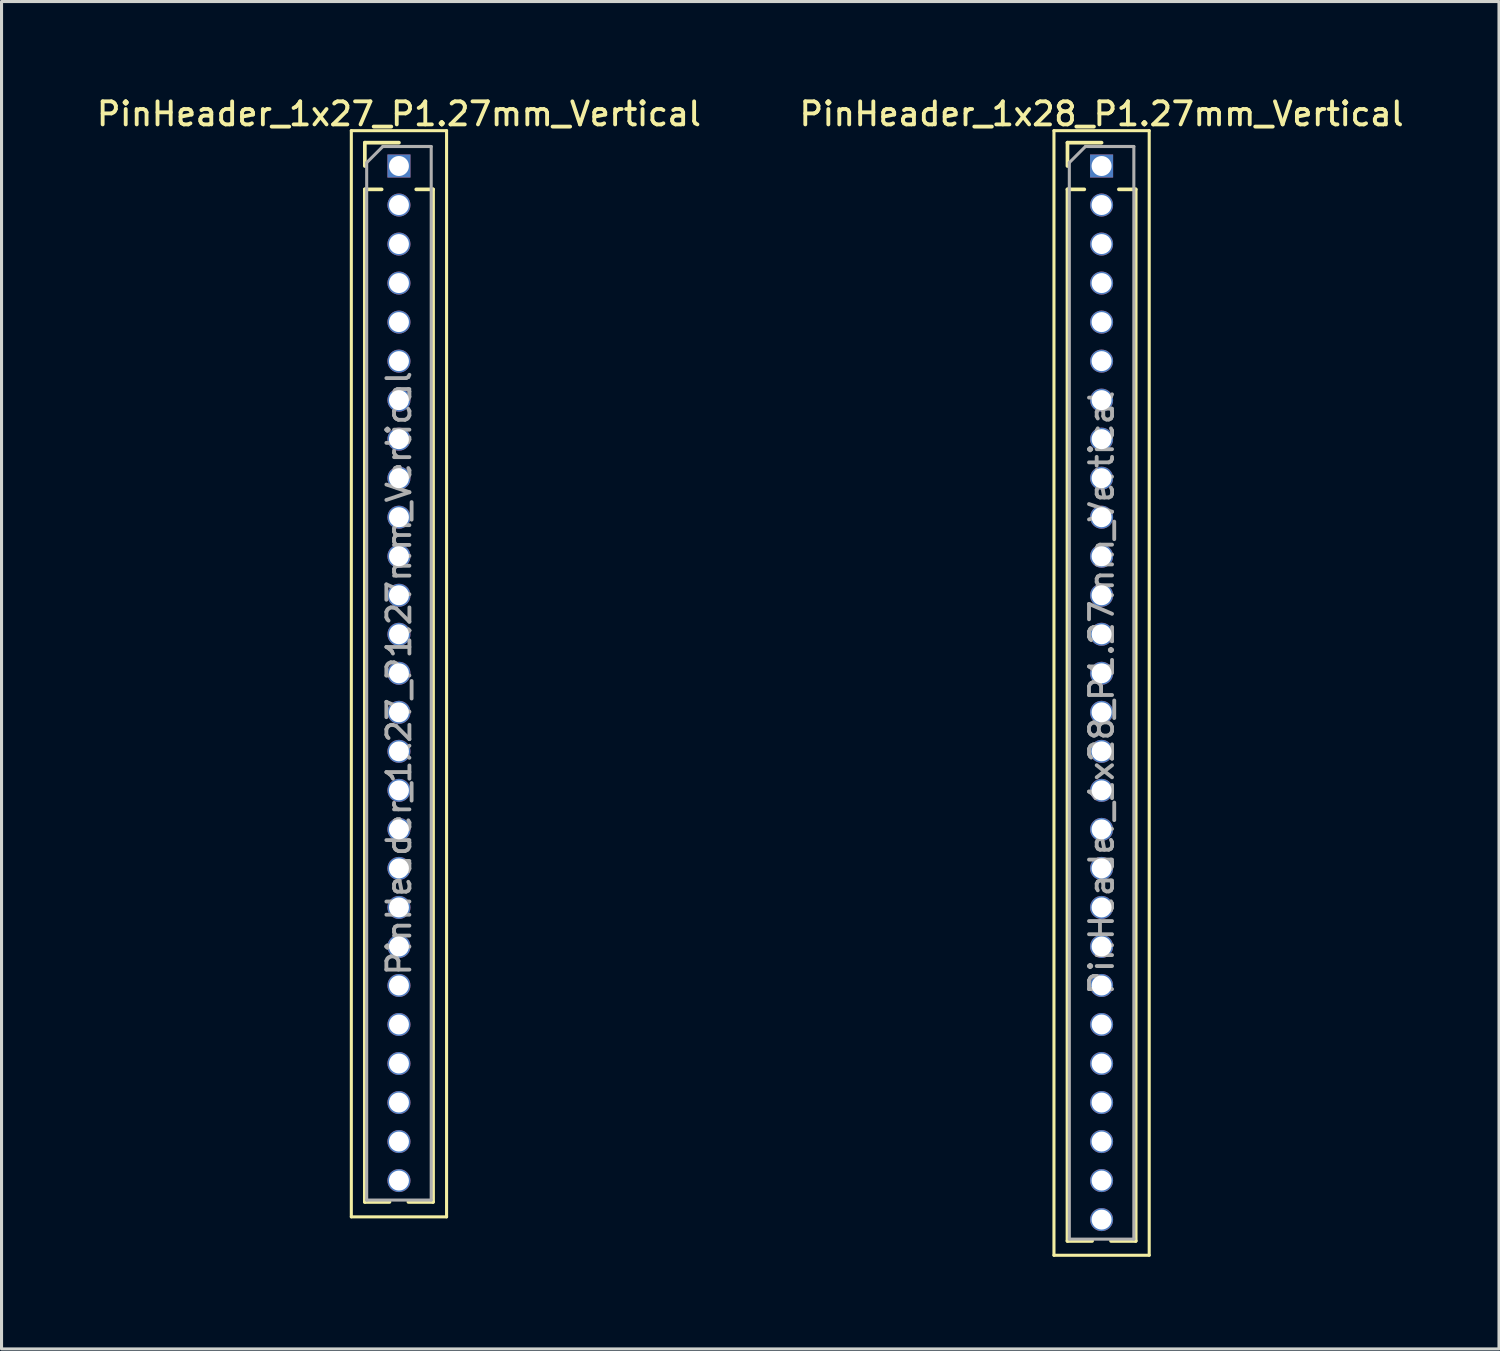
<source format=kicad_pcb>
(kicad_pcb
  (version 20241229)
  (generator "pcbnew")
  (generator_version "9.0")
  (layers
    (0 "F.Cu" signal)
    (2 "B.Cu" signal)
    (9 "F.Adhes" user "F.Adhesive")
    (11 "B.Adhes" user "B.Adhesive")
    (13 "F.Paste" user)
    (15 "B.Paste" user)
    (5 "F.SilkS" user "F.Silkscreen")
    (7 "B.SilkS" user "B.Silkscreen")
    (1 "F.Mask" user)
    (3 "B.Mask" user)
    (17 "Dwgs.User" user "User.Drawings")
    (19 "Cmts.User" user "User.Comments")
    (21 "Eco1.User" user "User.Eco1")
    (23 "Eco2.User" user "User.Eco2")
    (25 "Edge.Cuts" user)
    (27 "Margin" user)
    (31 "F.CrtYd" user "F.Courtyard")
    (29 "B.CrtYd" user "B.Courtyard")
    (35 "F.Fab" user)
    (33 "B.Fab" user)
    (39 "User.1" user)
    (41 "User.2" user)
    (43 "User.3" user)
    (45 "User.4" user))
  (footprint "PinHeader_1x28_P1.27mm_Vertical"
    (layer "F.Cu")
    (at 32.802 2.353)
    (property "Reference" "PinHeader_1x28_P1.27mm_Vertical" (at 0 -1.695 0) (layer "F.SilkS") (effects (font (size 0.75 0.75) (thickness 0.125))))
    (attr through_hole)
    (fp_line (start -1.55 -1.15) (end -1.55 35.45) (stroke (width 0.1) (type solid)) (layer "F.SilkS"))
    (fp_line (start -1.55 35.45) (end 1.55 35.45) (stroke (width 0.1) (type solid)) (layer "F.SilkS"))
    (fp_line (start -1.11 -0.76) (end 0 -0.76) (stroke (width 0.12) (type solid)) (layer "F.SilkS"))
    (fp_line (start -1.11 0) (end -1.11 -0.76) (stroke (width 0.12) (type solid)) (layer "F.SilkS"))
    (fp_line (start -1.11 0.76) (end -1.11 34.985) (stroke (width 0.12) (type solid)) (layer "F.SilkS"))
    (fp_line (start -1.11 0.76) (end -0.563 0.76) (stroke (width 0.12) (type solid)) (layer "F.SilkS"))
    (fp_line (start -1.11 34.985) (end -0.308 34.985) (stroke (width 0.12) (type solid)) (layer "F.SilkS"))
    (fp_line (start 0.308 34.985) (end 1.11 34.985) (stroke (width 0.12) (type solid)) (layer "F.SilkS"))
    (fp_line (start 0.563 0.76) (end 1.11 0.76) (stroke (width 0.12) (type solid)) (layer "F.SilkS"))
    (fp_line (start 1.11 0.76) (end 1.11 34.985) (stroke (width 0.12) (type solid)) (layer "F.SilkS"))
    (fp_line (start 1.55 -1.15) (end -1.55 -1.15) (stroke (width 0.1) (type solid)) (layer "F.SilkS"))
    (fp_line (start 1.55 35.45) (end 1.55 -1.15) (stroke (width 0.1) (type solid)) (layer "F.SilkS"))
    (fp_line (start -1.05 -0.11) (end -0.525 -0.635) (stroke (width 0.1) (type solid)) (layer "F.Fab"))
    (fp_line (start -1.05 34.925) (end -1.05 -0.11) (stroke (width 0.1) (type solid)) (layer "F.Fab"))
    (fp_line (start -0.525 -0.635) (end 1.05 -0.635) (stroke (width 0.1) (type solid)) (layer "F.Fab"))
    (fp_line (start 1.05 -0.635) (end 1.05 34.925) (stroke (width 0.1) (type solid)) (layer "F.Fab"))
    (fp_line (start 1.05 34.925) (end -1.05 34.925) (stroke (width 0.1) (type solid)) (layer "F.Fab"))
    (fp_text user "${REFERENCE}" (at 0 17.145 90) (layer "F.Fab") (effects (font (size 0.75 0.75) (thickness 0.125))))
    (pad "1" thru_hole rect (at 0 0) (size 0.75 0.75) (drill 0.65) (layers "*.Cu" "*.Mask"))
    (pad "2" thru_hole oval (at 0 1.27) (size 0.75 0.75) (drill 0.65) (layers "*.Cu" "*.Mask"))
    (pad "3" thru_hole oval (at 0 2.54) (size 0.75 0.75) (drill 0.65) (layers "*.Cu" "*.Mask"))
    (pad "4" thru_hole oval (at 0 3.81) (size 0.75 0.75) (drill 0.65) (layers "*.Cu" "*.Mask"))
    (pad "5" thru_hole oval (at 0 5.08) (size 0.75 0.75) (drill 0.65) (layers "*.Cu" "*.Mask"))
    (pad "6" thru_hole oval (at 0 6.35) (size 0.75 0.75) (drill 0.65) (layers "*.Cu" "*.Mask"))
    (pad "7" thru_hole oval (at 0 7.62) (size 0.75 0.75) (drill 0.65) (layers "*.Cu" "*.Mask"))
    (pad "8" thru_hole oval (at 0 8.89) (size 0.75 0.75) (drill 0.65) (layers "*.Cu" "*.Mask"))
    (pad "9" thru_hole oval (at 0 10.16) (size 0.75 0.75) (drill 0.65) (layers "*.Cu" "*.Mask"))
    (pad "10" thru_hole oval (at 0 11.43) (size 0.75 0.75) (drill 0.65) (layers "*.Cu" "*.Mask"))
    (pad "11" thru_hole oval (at 0 12.7) (size 0.75 0.75) (drill 0.65) (layers "*.Cu" "*.Mask"))
    (pad "12" thru_hole oval (at 0 13.97) (size 0.75 0.75) (drill 0.65) (layers "*.Cu" "*.Mask"))
    (pad "13" thru_hole oval (at 0 15.24) (size 0.75 0.75) (drill 0.65) (layers "*.Cu" "*.Mask"))
    (pad "14" thru_hole oval (at 0 16.51) (size 0.75 0.75) (drill 0.65) (layers "*.Cu" "*.Mask"))
    (pad "15" thru_hole oval (at 0 17.78) (size 0.75 0.75) (drill 0.65) (layers "*.Cu" "*.Mask"))
    (pad "16" thru_hole oval (at 0 19.05) (size 0.75 0.75) (drill 0.65) (layers "*.Cu" "*.Mask"))
    (pad "17" thru_hole oval (at 0 20.32) (size 0.75 0.75) (drill 0.65) (layers "*.Cu" "*.Mask"))
    (pad "18" thru_hole oval (at 0 21.59) (size 0.75 0.75) (drill 0.65) (layers "*.Cu" "*.Mask"))
    (pad "19" thru_hole oval (at 0 22.86) (size 0.75 0.75) (drill 0.65) (layers "*.Cu" "*.Mask"))
    (pad "20" thru_hole oval (at 0 24.13) (size 0.75 0.75) (drill 0.65) (layers "*.Cu" "*.Mask"))
    (pad "21" thru_hole oval (at 0 25.4) (size 0.75 0.75) (drill 0.65) (layers "*.Cu" "*.Mask"))
    (pad "22" thru_hole oval (at 0 26.67) (size 0.75 0.75) (drill 0.65) (layers "*.Cu" "*.Mask"))
    (pad "23" thru_hole oval (at 0 27.94) (size 0.75 0.75) (drill 0.65) (layers "*.Cu" "*.Mask"))
    (pad "24" thru_hole oval (at 0 29.21) (size 0.75 0.75) (drill 0.65) (layers "*.Cu" "*.Mask"))
    (pad "25" thru_hole oval (at 0 30.48) (size 0.75 0.75) (drill 0.65) (layers "*.Cu" "*.Mask"))
    (pad "26" thru_hole oval (at 0 31.75) (size 0.75 0.75) (drill 0.65) (layers "*.Cu" "*.Mask"))
    (pad "27" thru_hole oval (at 0 33.02) (size 0.75 0.75) (drill 0.65) (layers "*.Cu" "*.Mask"))
    (pad "28" thru_hole oval (at 0 34.29) (size 0.75 0.75) (drill 0.65) (layers "*.Cu" "*.Mask")))
  (footprint "PinHeader_1x27_P1.27mm_Vertical"
    (layer "F.Cu")
    (at 9.934 2.353)
    (property "Reference" "PinHeader_1x27_P1.27mm_Vertical" (at 0 -1.695 0) (layer "F.SilkS") (effects (font (size 0.75 0.75) (thickness 0.125))))
    (attr through_hole)
    (fp_line (start -1.55 -1.15) (end -1.55 34.2) (stroke (width 0.1) (type solid)) (layer "F.SilkS"))
    (fp_line (start -1.55 34.2) (end 1.55 34.2) (stroke (width 0.1) (type solid)) (layer "F.SilkS"))
    (fp_line (start -1.11 -0.76) (end 0 -0.76) (stroke (width 0.12) (type solid)) (layer "F.SilkS"))
    (fp_line (start -1.11 0) (end -1.11 -0.76) (stroke (width 0.12) (type solid)) (layer "F.SilkS"))
    (fp_line (start -1.11 0.76) (end -1.11 33.715) (stroke (width 0.12) (type solid)) (layer "F.SilkS"))
    (fp_line (start -1.11 0.76) (end -0.563 0.76) (stroke (width 0.12) (type solid)) (layer "F.SilkS"))
    (fp_line (start -1.11 33.715) (end -0.308 33.715) (stroke (width 0.12) (type solid)) (layer "F.SilkS"))
    (fp_line (start 0.308 33.715) (end 1.11 33.715) (stroke (width 0.12) (type solid)) (layer "F.SilkS"))
    (fp_line (start 0.563 0.76) (end 1.11 0.76) (stroke (width 0.12) (type solid)) (layer "F.SilkS"))
    (fp_line (start 1.11 0.76) (end 1.11 33.715) (stroke (width 0.12) (type solid)) (layer "F.SilkS"))
    (fp_line (start 1.55 -1.15) (end -1.55 -1.15) (stroke (width 0.1) (type solid)) (layer "F.SilkS"))
    (fp_line (start 1.55 34.2) (end 1.55 -1.15) (stroke (width 0.1) (type solid)) (layer "F.SilkS"))
    (fp_line (start -1.05 -0.11) (end -0.525 -0.635) (stroke (width 0.1) (type solid)) (layer "F.Fab"))
    (fp_line (start -1.05 33.655) (end -1.05 -0.11) (stroke (width 0.1) (type solid)) (layer "F.Fab"))
    (fp_line (start -0.525 -0.635) (end 1.05 -0.635) (stroke (width 0.1) (type solid)) (layer "F.Fab"))
    (fp_line (start 1.05 -0.635) (end 1.05 33.655) (stroke (width 0.1) (type solid)) (layer "F.Fab"))
    (fp_line (start 1.05 33.655) (end -1.05 33.655) (stroke (width 0.1) (type solid)) (layer "F.Fab"))
    (fp_text user "${REFERENCE}" (at 0 16.51 90) (layer "F.Fab") (effects (font (size 0.75 0.75) (thickness 0.125))))
    (pad "1" thru_hole rect (at 0 0) (size 0.75 0.75) (drill 0.65) (layers "*.Cu" "*.Mask"))
    (pad "2" thru_hole oval (at 0 1.27) (size 0.75 0.75) (drill 0.65) (layers "*.Cu" "*.Mask"))
    (pad "3" thru_hole oval (at 0 2.54) (size 0.75 0.75) (drill 0.65) (layers "*.Cu" "*.Mask"))
    (pad "4" thru_hole oval (at 0 3.81) (size 0.75 0.75) (drill 0.65) (layers "*.Cu" "*.Mask"))
    (pad "5" thru_hole oval (at 0 5.08) (size 0.75 0.75) (drill 0.65) (layers "*.Cu" "*.Mask"))
    (pad "6" thru_hole oval (at 0 6.35) (size 0.75 0.75) (drill 0.65) (layers "*.Cu" "*.Mask"))
    (pad "7" thru_hole oval (at 0 7.62) (size 0.75 0.75) (drill 0.65) (layers "*.Cu" "*.Mask"))
    (pad "8" thru_hole oval (at 0 8.89) (size 0.75 0.75) (drill 0.65) (layers "*.Cu" "*.Mask"))
    (pad "9" thru_hole oval (at 0 10.16) (size 0.75 0.75) (drill 0.65) (layers "*.Cu" "*.Mask"))
    (pad "10" thru_hole oval (at 0 11.43) (size 0.75 0.75) (drill 0.65) (layers "*.Cu" "*.Mask"))
    (pad "11" thru_hole oval (at 0 12.7) (size 0.75 0.75) (drill 0.65) (layers "*.Cu" "*.Mask"))
    (pad "12" thru_hole oval (at 0 13.97) (size 0.75 0.75) (drill 0.65) (layers "*.Cu" "*.Mask"))
    (pad "13" thru_hole oval (at 0 15.24) (size 0.75 0.75) (drill 0.65) (layers "*.Cu" "*.Mask"))
    (pad "14" thru_hole oval (at 0 16.51) (size 0.75 0.75) (drill 0.65) (layers "*.Cu" "*.Mask"))
    (pad "15" thru_hole oval (at 0 17.78) (size 0.75 0.75) (drill 0.65) (layers "*.Cu" "*.Mask"))
    (pad "16" thru_hole oval (at 0 19.05) (size 0.75 0.75) (drill 0.65) (layers "*.Cu" "*.Mask"))
    (pad "17" thru_hole oval (at 0 20.32) (size 0.75 0.75) (drill 0.65) (layers "*.Cu" "*.Mask"))
    (pad "18" thru_hole oval (at 0 21.59) (size 0.75 0.75) (drill 0.65) (layers "*.Cu" "*.Mask"))
    (pad "19" thru_hole oval (at 0 22.86) (size 0.75 0.75) (drill 0.65) (layers "*.Cu" "*.Mask"))
    (pad "20" thru_hole oval (at 0 24.13) (size 0.75 0.75) (drill 0.65) (layers "*.Cu" "*.Mask"))
    (pad "21" thru_hole oval (at 0 25.4) (size 0.75 0.75) (drill 0.65) (layers "*.Cu" "*.Mask"))
    (pad "22" thru_hole oval (at 0 26.67) (size 0.75 0.75) (drill 0.65) (layers "*.Cu" "*.Mask"))
    (pad "23" thru_hole oval (at 0 27.94) (size 0.75 0.75) (drill 0.65) (layers "*.Cu" "*.Mask"))
    (pad "24" thru_hole oval (at 0 29.21) (size 0.75 0.75) (drill 0.65) (layers "*.Cu" "*.Mask"))
    (pad "25" thru_hole oval (at 0 30.48) (size 0.75 0.75) (drill 0.65) (layers "*.Cu" "*.Mask"))
    (pad "26" thru_hole oval (at 0 31.75) (size 0.75 0.75) (drill 0.65) (layers "*.Cu" "*.Mask"))
    (pad "27" thru_hole oval (at 0 33.02) (size 0.75 0.75) (drill 0.65) (layers "*.Cu" "*.Mask")))
  (gr_rect
    (start -3 -3)
    (end 45.736 40.853)
    (stroke (width 0.1) (type default))
    (fill no)
    (layer "Edge.Cuts")))
</source>
